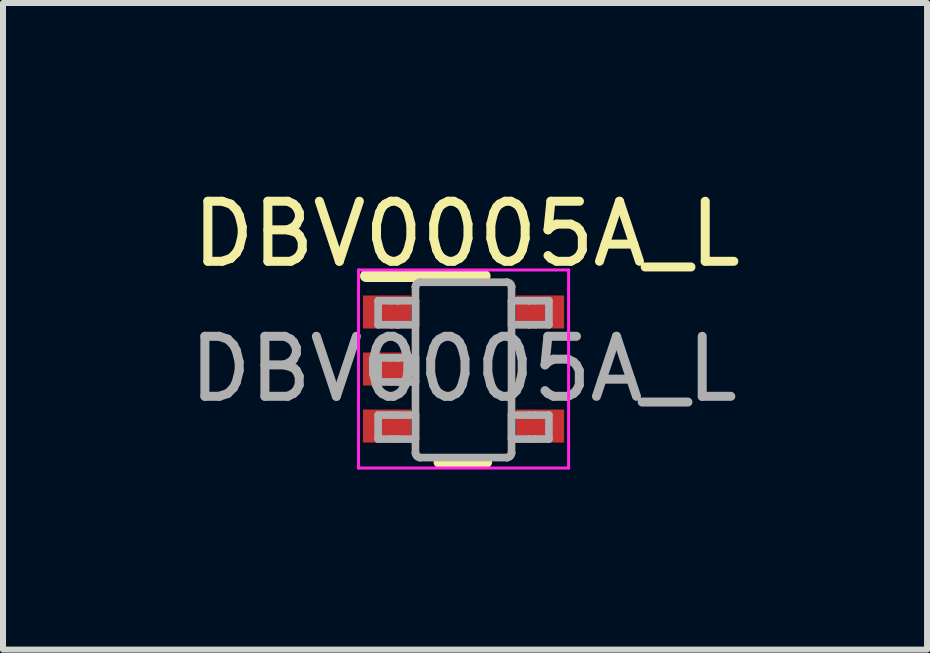
<source format=kicad_pcb>
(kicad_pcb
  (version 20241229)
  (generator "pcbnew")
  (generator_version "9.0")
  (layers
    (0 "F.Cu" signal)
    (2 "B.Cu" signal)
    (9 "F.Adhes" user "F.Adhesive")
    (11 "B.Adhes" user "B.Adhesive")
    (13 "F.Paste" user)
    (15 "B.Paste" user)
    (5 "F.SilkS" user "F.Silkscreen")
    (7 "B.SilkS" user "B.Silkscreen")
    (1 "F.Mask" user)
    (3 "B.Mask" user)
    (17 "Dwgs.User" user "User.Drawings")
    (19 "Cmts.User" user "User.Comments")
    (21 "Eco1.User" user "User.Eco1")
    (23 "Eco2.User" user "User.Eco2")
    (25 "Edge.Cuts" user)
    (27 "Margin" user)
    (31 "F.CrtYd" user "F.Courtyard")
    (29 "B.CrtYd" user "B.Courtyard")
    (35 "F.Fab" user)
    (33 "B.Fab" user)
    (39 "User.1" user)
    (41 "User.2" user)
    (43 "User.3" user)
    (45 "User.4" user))
  (footprint "DBV0005A_L"
    (layer "F.Cu")
    (at 4.673 3.098)
    (property "Reference" "DBV0005A_L" (at 0.05 -2.25 0) (unlocked yes) (layer "F.SilkS") (effects (font (size 1 1) (thickness 0.15))))
    (attr smd)
    (fp_line (start -1.625 -1.55) (end 0.35 -1.55) (stroke (width 0.2) (type solid)) (layer "F.SilkS"))
    (fp_line (start -0.4 1.55) (end 0.375 1.55) (stroke (width 0.2) (type solid)) (layer "F.SilkS"))
    (fp_line (start -1.75 -1.65) (end 1.75 -1.65) (stroke (width 0.05) (type solid)) (layer "F.CrtYd"))
    (fp_line (start -1.75 1.65) (end -1.75 -1.65) (stroke (width 0.05) (type solid)) (layer "F.CrtYd"))
    (fp_line (start -1.75 1.65) (end 1.75 1.65) (stroke (width 0.05) (type solid)) (layer "F.CrtYd"))
    (fp_line (start 1.75 1.65) (end 1.75 -1.65) (stroke (width 0.05) (type solid)) (layer "F.CrtYd"))
    (fp_line (start -1.423 -1.138) (end -1.199 -1.138) (stroke (width 0.127) (type solid)) (layer "F.Fab"))
    (fp_line (start -1.423 -0.738) (end -1.423 -1.138) (stroke (width 0.127) (type solid)) (layer "F.Fab"))
    (fp_line (start -1.423 -0.738) (end -1.199 -0.738) (stroke (width 0.127) (type solid)) (layer "F.Fab"))
    (fp_line (start -1.423 -0.186) (end -1.199 -0.186) (stroke (width 0.127) (type solid)) (layer "F.Fab"))
    (fp_line (start -1.423 0.215) (end -1.423 -0.186) (stroke (width 0.127) (type solid)) (layer "F.Fab"))
    (fp_line (start -1.423 0.215) (end -1.199 0.215) (stroke (width 0.127) (type solid)) (layer "F.Fab"))
    (fp_line (start -1.423 0.767) (end -1.199 0.767) (stroke (width 0.127) (type solid)) (layer "F.Fab"))
    (fp_line (start -1.423 1.167) (end -1.423 0.767) (stroke (width 0.127) (type solid)) (layer "F.Fab"))
    (fp_line (start -1.423 1.167) (end -1.199 1.167) (stroke (width 0.127) (type solid)) (layer "F.Fab"))
    (fp_line (start -1.199 -1.138) (end -1.105 -1.138) (stroke (width 0.127) (type solid)) (layer "F.Fab"))
    (fp_line (start -1.199 -0.738) (end -1.105 -0.738) (stroke (width 0.127) (type solid)) (layer "F.Fab"))
    (fp_line (start -1.199 -0.186) (end -1.105 -0.186) (stroke (width 0.127) (type solid)) (layer "F.Fab"))
    (fp_line (start -1.199 0.215) (end -1.105 0.215) (stroke (width 0.127) (type solid)) (layer "F.Fab"))
    (fp_line (start -1.199 0.767) (end -1.105 0.767) (stroke (width 0.127) (type solid)) (layer "F.Fab"))
    (fp_line (start -1.199 1.167) (end -1.105 1.167) (stroke (width 0.127) (type solid)) (layer "F.Fab"))
    (fp_line (start -1.105 -1.138) (end -1.088 -1.138) (stroke (width 0.127) (type solid)) (layer "F.Fab"))
    (fp_line (start -1.105 -0.738) (end -1.088 -0.738) (stroke (width 0.127) (type solid)) (layer "F.Fab"))
    (fp_line (start -1.105 -0.186) (end -1.088 -0.186) (stroke (width 0.127) (type solid)) (layer "F.Fab"))
    (fp_line (start -1.105 0.215) (end -1.088 0.215) (stroke (width 0.127) (type solid)) (layer "F.Fab"))
    (fp_line (start -1.105 0.767) (end -1.088 0.767) (stroke (width 0.127) (type solid)) (layer "F.Fab"))
    (fp_line (start -1.105 1.167) (end -1.088 1.167) (stroke (width 0.127) (type solid)) (layer "F.Fab"))
    (fp_line (start -1.088 -1.138) (end -0.835 -1.138) (stroke (width 0.127) (type solid)) (layer "F.Fab"))
    (fp_line (start -1.088 -0.738) (end -0.835 -0.738) (stroke (width 0.127) (type solid)) (layer "F.Fab"))
    (fp_line (start -1.088 -0.186) (end -0.835 -0.186) (stroke (width 0.127) (type solid)) (layer "F.Fab"))
    (fp_line (start -1.088 0.215) (end -0.835 0.215) (stroke (width 0.127) (type solid)) (layer "F.Fab"))
    (fp_line (start -1.088 0.767) (end -0.835 0.767) (stroke (width 0.127) (type solid)) (layer "F.Fab"))
    (fp_line (start -1.088 1.167) (end -0.835 1.167) (stroke (width 0.127) (type solid)) (layer "F.Fab"))
    (fp_line (start -0.835 -1.138) (end -0.801 -1.138) (stroke (width 0.127) (type solid)) (layer "F.Fab"))
    (fp_line (start -0.835 -0.738) (end -0.801 -0.738) (stroke (width 0.127) (type solid)) (layer "F.Fab"))
    (fp_line (start -0.835 -0.186) (end -0.801 -0.186) (stroke (width 0.127) (type solid)) (layer "F.Fab"))
    (fp_line (start -0.835 0.215) (end -0.801 0.215) (stroke (width 0.127) (type solid)) (layer "F.Fab"))
    (fp_line (start -0.835 0.767) (end -0.801 0.767) (stroke (width 0.127) (type solid)) (layer "F.Fab"))
    (fp_line (start -0.835 1.167) (end -0.801 1.167) (stroke (width 0.127) (type solid)) (layer "F.Fab"))
    (fp_line (start -0.801 -1.37) (end -0.801 -1.371) (stroke (width 0.127) (type solid)) (layer "F.Fab"))
    (fp_line (start -0.801 -0.738) (end -0.801 -1.138) (stroke (width 0.127) (type solid)) (layer "F.Fab"))
    (fp_line (start -0.801 0.215) (end -0.801 -0.186) (stroke (width 0.127) (type solid)) (layer "F.Fab"))
    (fp_line (start -0.801 1.167) (end -0.801 0.767) (stroke (width 0.127) (type solid)) (layer "F.Fab"))
    (fp_line (start -0.801 1.399) (end -0.801 -1.37) (stroke (width 0.127) (type solid)) (layer "F.Fab"))
    (fp_line (start -0.801 1.4) (end -0.801 1.399) (stroke (width 0.127) (type solid)) (layer "F.Fab"))
    (fp_line (start -0.725 -1.446) (end -0.725 -1.446) (stroke (width 0.127) (type solid)) (layer "F.Fab"))
    (fp_line (start -0.725 1.475) (end -0.725 1.475) (stroke (width 0.127) (type solid)) (layer "F.Fab"))
    (fp_line (start -0.725 -1.446) (end 0.723 -1.446) (stroke (width 0.127) (type solid)) (layer "F.Fab"))
    (fp_line (start -0.725 1.475) (end 0.723 1.475) (stroke (width 0.127) (type solid)) (layer "F.Fab"))
    (fp_line (start 0.723 -1.446) (end 0.724 -1.446) (stroke (width 0.127) (type solid)) (layer "F.Fab"))
    (fp_line (start 0.723 1.475) (end 0.724 1.475) (stroke (width 0.127) (type solid)) (layer "F.Fab"))
    (fp_line (start 0.799 -1.37) (end 0.799 -1.371) (stroke (width 0.127) (type solid)) (layer "F.Fab"))
    (fp_line (start 0.799 -1.138) (end 0.834 -1.138) (stroke (width 0.127) (type solid)) (layer "F.Fab"))
    (fp_line (start 0.799 -0.738) (end 0.799 -1.138) (stroke (width 0.127) (type solid)) (layer "F.Fab"))
    (fp_line (start 0.799 -0.738) (end 0.834 -0.738) (stroke (width 0.127) (type solid)) (layer "F.Fab"))
    (fp_line (start 0.799 0.767) (end 0.834 0.767) (stroke (width 0.127) (type solid)) (layer "F.Fab"))
    (fp_line (start 0.799 1.167) (end 0.799 0.767) (stroke (width 0.127) (type solid)) (layer "F.Fab"))
    (fp_line (start 0.799 1.167) (end 0.834 1.167) (stroke (width 0.127) (type solid)) (layer "F.Fab"))
    (fp_line (start 0.799 1.399) (end 0.799 -1.37) (stroke (width 0.127) (type solid)) (layer "F.Fab"))
    (fp_line (start 0.799 1.4) (end 0.799 1.399) (stroke (width 0.127) (type solid)) (layer "F.Fab"))
    (fp_line (start 0.834 -1.138) (end 1.087 -1.138) (stroke (width 0.127) (type solid)) (layer "F.Fab"))
    (fp_line (start 0.834 -0.738) (end 1.087 -0.738) (stroke (width 0.127) (type solid)) (layer "F.Fab"))
    (fp_line (start 0.834 0.767) (end 1.087 0.767) (stroke (width 0.127) (type solid)) (layer "F.Fab"))
    (fp_line (start 0.834 1.167) (end 1.087 1.167) (stroke (width 0.127) (type solid)) (layer "F.Fab"))
    (fp_line (start 1.087 -1.138) (end 1.103 -1.138) (stroke (width 0.127) (type solid)) (layer "F.Fab"))
    (fp_line (start 1.087 -0.738) (end 1.103 -0.738) (stroke (width 0.127) (type solid)) (layer "F.Fab"))
    (fp_line (start 1.087 0.767) (end 1.103 0.767) (stroke (width 0.127) (type solid)) (layer "F.Fab"))
    (fp_line (start 1.087 1.167) (end 1.103 1.167) (stroke (width 0.127) (type solid)) (layer "F.Fab"))
    (fp_line (start 1.103 -1.138) (end 1.198 -1.138) (stroke (width 0.127) (type solid)) (layer "F.Fab"))
    (fp_line (start 1.103 -0.738) (end 1.198 -0.738) (stroke (width 0.127) (type solid)) (layer "F.Fab"))
    (fp_line (start 1.103 0.767) (end 1.198 0.767) (stroke (width 0.127) (type solid)) (layer "F.Fab"))
    (fp_line (start 1.103 1.167) (end 1.198 1.167) (stroke (width 0.127) (type solid)) (layer "F.Fab"))
    (fp_line (start 1.198 -1.138) (end 1.422 -1.138) (stroke (width 0.127) (type solid)) (layer "F.Fab"))
    (fp_line (start 1.198 -0.738) (end 1.422 -0.738) (stroke (width 0.127) (type solid)) (layer "F.Fab"))
    (fp_line (start 1.198 0.767) (end 1.422 0.767) (stroke (width 0.127) (type solid)) (layer "F.Fab"))
    (fp_line (start 1.198 1.167) (end 1.422 1.167) (stroke (width 0.127) (type solid)) (layer "F.Fab"))
    (fp_line (start 1.422 -0.738) (end 1.422 -1.138) (stroke (width 0.127) (type solid)) (layer "F.Fab"))
    (fp_line (start 1.422 1.167) (end 1.422 0.767) (stroke (width 0.127) (type solid)) (layer "F.Fab"))
    (fp_arc (start -0.80074 -1.37084) (mid -0.778218 -1.423887) (end -0.724999 -1.445998) (stroke (width 0.127) (type solid)) (layer "F.Fab"))
    (fp_arc (start -0.724999 1.475) (mid -0.778213 1.452901) (end -0.80074 1.399867) (stroke (width 0.127) (type solid)) (layer "F.Fab"))
    (fp_arc (start 0.723714 -1.445998) (mid 0.776933 -1.423887) (end 0.799455 -1.37084) (stroke (width 0.127) (type solid)) (layer "F.Fab"))
    (fp_arc (start 0.799455 1.399868) (mid 0.776927 1.452901) (end 0.723713 1.475) (stroke (width 0.127) (type solid)) (layer "F.Fab"))
    (fp_text user "${REFERENCE}" (at 0 0 0) (unlocked yes) (layer "F.Fab") (effects (font (size 1 1) (thickness 0.15))))
    (pad "1" smd rect (at -1.275 -0.95 90) (size 0.55 0.8) (layers "F.Cu" "F.Mask" "F.Paste"))
    (pad "2" smd rect (at -1.275 0 90) (size 0.55 0.8) (layers "F.Cu" "F.Mask" "F.Paste"))
    (pad "3" smd rect (at -1.275 0.95 90) (size 0.55 0.8) (layers "F.Cu" "F.Mask" "F.Paste"))
    (pad "4" smd rect (at 1.275 0.95 90) (size 0.55 0.8) (layers "F.Cu" "F.Mask" "F.Paste"))
    (pad "5" smd rect (at 1.275 -0.95 90) (size 0.55 0.8) (layers "F.Cu" "F.Mask" "F.Paste")))
  (gr_rect
    (start -3 -3)
    (end 12.395 7.773)
    (stroke (width 0.1) (type default))
    (fill no)
    (layer "Edge.Cuts")))
</source>
